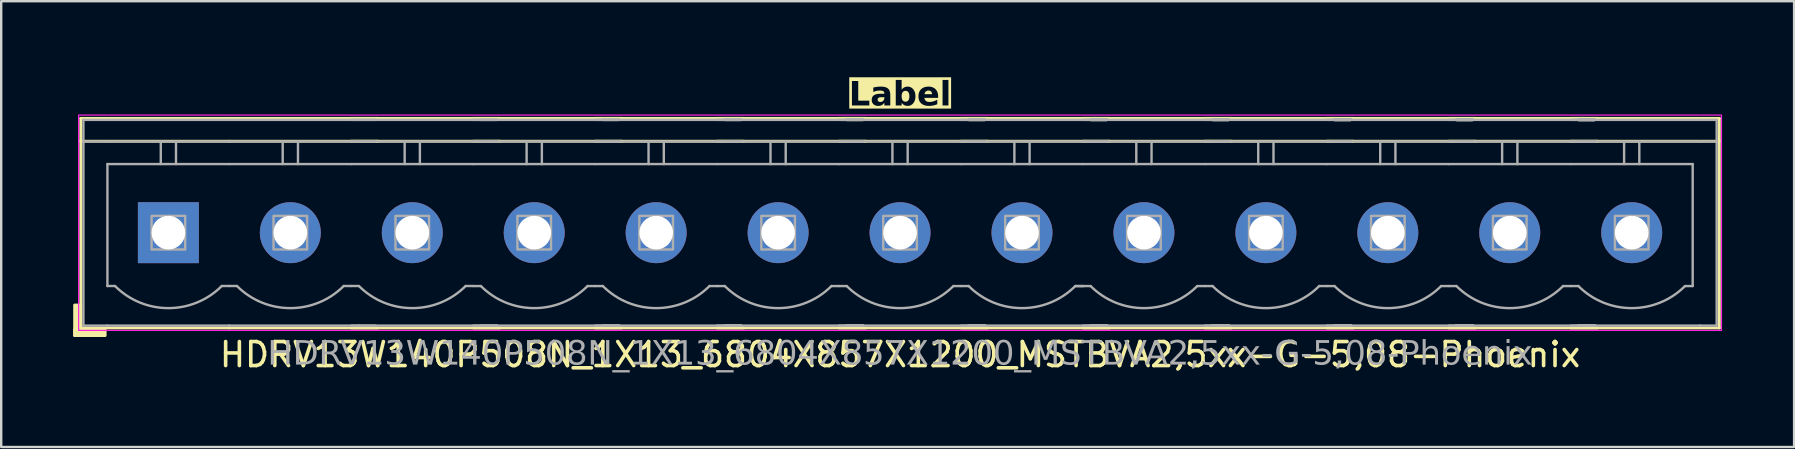
<source format=kicad_pcb>
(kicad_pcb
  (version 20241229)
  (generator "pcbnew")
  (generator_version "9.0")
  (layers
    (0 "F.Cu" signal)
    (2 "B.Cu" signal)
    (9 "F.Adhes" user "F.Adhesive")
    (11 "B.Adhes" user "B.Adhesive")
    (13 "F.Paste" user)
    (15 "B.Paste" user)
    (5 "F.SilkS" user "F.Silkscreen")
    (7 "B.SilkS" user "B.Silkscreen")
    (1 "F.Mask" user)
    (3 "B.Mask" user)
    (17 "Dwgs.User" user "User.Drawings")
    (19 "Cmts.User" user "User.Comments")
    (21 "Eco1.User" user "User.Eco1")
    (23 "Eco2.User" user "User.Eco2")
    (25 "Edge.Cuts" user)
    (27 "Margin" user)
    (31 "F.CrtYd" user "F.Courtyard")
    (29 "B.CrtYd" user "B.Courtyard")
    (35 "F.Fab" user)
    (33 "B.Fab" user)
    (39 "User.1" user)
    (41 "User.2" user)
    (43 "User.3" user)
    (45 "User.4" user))
  (footprint "HDRV13W140P508N_1X13_6804X857X1200_MSTBVA2,5xx-G-5,08-Phoenix"
    (layer "F.Cu")
    (at 34.445 6.643)
    (property "Reference" "HDRV13W140P508N_1X13_6804X857X1200_MSTBVA2,5xx-G-5,08-Phoenix" (at 0 5.08 0) (layer "F.SilkS") (effects (font (size 1 1) (thickness 0.15))))
    (property "Label" "Label" (at 0 -5.715 0) (layer "F.SilkS" knockout) (effects (font (face "Tahoma") (size 1 1) (thickness 0.2) (bold yes))))
    (attr through_hole)
    (fp_line (start -34.131 -4.763) (end -34.131 3.969) (stroke (width 0.12) (type solid)) (layer "F.SilkS"))
    (fp_line (start -34.131 -4.763) (end -27.94 -4.763) (stroke (width 0.12) (type solid)) (layer "F.SilkS"))
    (fp_line (start -34.131 -3.81) (end -27.94 -3.81) (stroke (width 0.12) (type solid)) (layer "F.SilkS"))
    (fp_line (start -34.131 3.969) (end -27.94 3.969) (stroke (width 0.12) (type solid)) (layer "F.SilkS"))
    (fp_line (start -21.749 -4.763) (end -27.94 -4.763) (stroke (width 0.12) (type solid)) (layer "F.SilkS"))
    (fp_line (start -21.749 -3.81) (end -27.94 -3.81) (stroke (width 0.12) (type solid)) (layer "F.SilkS"))
    (fp_line (start -21.749 3.969) (end -27.94 3.969) (stroke (width 0.12) (type solid)) (layer "F.SilkS"))
    (fp_line (start -16.669 -4.763) (end -22.86 -4.763) (stroke (width 0.12) (type solid)) (layer "F.SilkS"))
    (fp_line (start -16.669 -3.81) (end -22.86 -3.81) (stroke (width 0.12) (type solid)) (layer "F.SilkS"))
    (fp_line (start -16.669 3.969) (end -22.86 3.969) (stroke (width 0.12) (type solid)) (layer "F.SilkS"))
    (fp_line (start -11.589 -4.763) (end -17.78 -4.763) (stroke (width 0.12) (type solid)) (layer "F.SilkS"))
    (fp_line (start -11.589 -3.81) (end -17.78 -3.81) (stroke (width 0.12) (type solid)) (layer "F.SilkS"))
    (fp_line (start -11.589 3.969) (end -17.78 3.969) (stroke (width 0.12) (type solid)) (layer "F.SilkS"))
    (fp_line (start -6.509 -4.763) (end -12.7 -4.763) (stroke (width 0.12) (type solid)) (layer "F.SilkS"))
    (fp_line (start -6.509 -3.81) (end -12.7 -3.81) (stroke (width 0.12) (type solid)) (layer "F.SilkS"))
    (fp_line (start -6.509 3.969) (end -12.7 3.969) (stroke (width 0.12) (type solid)) (layer "F.SilkS"))
    (fp_line (start -1.429 -4.763) (end -7.62 -4.763) (stroke (width 0.12) (type solid)) (layer "F.SilkS"))
    (fp_line (start -1.429 -3.81) (end -7.62 -3.81) (stroke (width 0.12) (type solid)) (layer "F.SilkS"))
    (fp_line (start -1.429 3.969) (end -7.62 3.969) (stroke (width 0.12) (type solid)) (layer "F.SilkS"))
    (fp_line (start 3.651 -4.763) (end -2.54 -4.763) (stroke (width 0.12) (type solid)) (layer "F.SilkS"))
    (fp_line (start 3.651 -3.81) (end -2.54 -3.81) (stroke (width 0.12) (type solid)) (layer "F.SilkS"))
    (fp_line (start 3.651 3.969) (end -2.54 3.969) (stroke (width 0.12) (type solid)) (layer "F.SilkS"))
    (fp_line (start 8.731 -4.763) (end 2.54 -4.763) (stroke (width 0.12) (type solid)) (layer "F.SilkS"))
    (fp_line (start 8.731 -3.81) (end 2.54 -3.81) (stroke (width 0.12) (type solid)) (layer "F.SilkS"))
    (fp_line (start 8.731 3.969) (end 2.54 3.969) (stroke (width 0.12) (type solid)) (layer "F.SilkS"))
    (fp_line (start 13.811 -4.763) (end 7.62 -4.763) (stroke (width 0.12) (type solid)) (layer "F.SilkS"))
    (fp_line (start 13.811 -3.81) (end 7.62 -3.81) (stroke (width 0.12) (type solid)) (layer "F.SilkS"))
    (fp_line (start 13.811 3.969) (end 7.62 3.969) (stroke (width 0.12) (type solid)) (layer "F.SilkS"))
    (fp_line (start 18.891 -4.763) (end 12.7 -4.763) (stroke (width 0.12) (type solid)) (layer "F.SilkS"))
    (fp_line (start 18.891 -3.81) (end 12.7 -3.81) (stroke (width 0.12) (type solid)) (layer "F.SilkS"))
    (fp_line (start 18.891 3.969) (end 12.7 3.969) (stroke (width 0.12) (type solid)) (layer "F.SilkS"))
    (fp_line (start 23.971 -4.763) (end 17.78 -4.763) (stroke (width 0.12) (type solid)) (layer "F.SilkS"))
    (fp_line (start 23.971 -3.81) (end 17.78 -3.81) (stroke (width 0.12) (type solid)) (layer "F.SilkS"))
    (fp_line (start 23.971 3.969) (end 17.78 3.969) (stroke (width 0.12) (type solid)) (layer "F.SilkS"))
    (fp_line (start 29.051 -4.763) (end 22.86 -4.763) (stroke (width 0.12) (type solid)) (layer "F.SilkS"))
    (fp_line (start 29.051 -3.81) (end 22.86 -3.81) (stroke (width 0.12) (type solid)) (layer "F.SilkS"))
    (fp_line (start 29.051 3.969) (end 22.86 3.969) (stroke (width 0.12) (type solid)) (layer "F.SilkS"))
    (fp_line (start 34.131 -4.763) (end 27.94 -4.763) (stroke (width 0.12) (type solid)) (layer "F.SilkS"))
    (fp_line (start 34.131 -4.763) (end 34.131 3.969) (stroke (width 0.12) (type solid)) (layer "F.SilkS"))
    (fp_line (start 34.131 -3.81) (end 27.94 -3.81) (stroke (width 0.12) (type solid)) (layer "F.SilkS"))
    (fp_line (start 34.131 3.969) (end 27.94 3.969) (stroke (width 0.12) (type solid)) (layer "F.SilkS"))
    (fp_rect (start -34.131 3.016) (end -34.385 4.286) (stroke (width 0.12) (type solid)) (fill yes) (layer "F.SilkS"))
    (fp_rect (start -33.115 4.286) (end -34.385 4.032) (stroke (width 0.12) (type solid)) (fill yes) (layer "F.SilkS"))
    (fp_rect (start -34.22 -4.9) (end 34.22 4.07) (stroke (width 0.05) (type default)) (fill no) (layer "F.CrtYd"))
    (fp_line (start -34.02 -4.7) (end -34.02 3.87) (stroke (width 0.1) (type solid)) (layer "F.Fab"))
    (fp_line (start -34.02 -3.8) (end -33.02 -3.8) (stroke (width 0.1) (type solid)) (layer "F.Fab"))
    (fp_line (start -33.02 -4.7) (end -34.02 -4.7) (stroke (width 0.1) (type solid)) (layer "F.Fab"))
    (fp_line (start -33.02 -4.7) (end -27.94 -4.7) (stroke (width 0.1) (type solid)) (layer "F.Fab"))
    (fp_line (start -33.02 -2.858) (end -27.94 -2.858) (stroke (width 0.1) (type default)) (layer "F.Fab"))
    (fp_line (start -33.02 2.222) (end -33.02 -2.858) (stroke (width 0.1) (type default)) (layer "F.Fab"))
    (fp_line (start -33.02 3.87) (end -34.02 3.87) (stroke (width 0.1) (type solid)) (layer "F.Fab"))
    (fp_line (start -33.02 3.87) (end -27.94 3.87) (stroke (width 0.1) (type solid)) (layer "F.Fab"))
    (fp_line (start -32.703 2.222) (end -33.02 2.222) (stroke (width 0.1) (type default)) (layer "F.Fab"))
    (fp_line (start -30.797 -3.8) (end -30.797 -2.858) (stroke (width 0.1) (type default)) (layer "F.Fab"))
    (fp_line (start -30.163 -3.8) (end -30.163 -2.858) (stroke (width 0.1) (type default)) (layer "F.Fab"))
    (fp_line (start -27.94 -4.7) (end -22.543 -4.7) (stroke (width 0.1) (type solid)) (layer "F.Fab"))
    (fp_line (start -27.94 -3.8) (end -33.02 -3.8) (stroke (width 0.1) (type solid)) (layer "F.Fab"))
    (fp_line (start -27.94 -2.858) (end -22.86 -2.858) (stroke (width 0.1) (type default)) (layer "F.Fab"))
    (fp_line (start -27.94 2.222) (end -28.258 2.222) (stroke (width 0.1) (type default)) (layer "F.Fab"))
    (fp_line (start -27.94 3.87) (end -22.543 3.87) (stroke (width 0.1) (type solid)) (layer "F.Fab"))
    (fp_line (start -27.622 2.222) (end -27.94 2.222) (stroke (width 0.1) (type default)) (layer "F.Fab"))
    (fp_line (start -25.718 -3.8) (end -25.718 -2.858) (stroke (width 0.1) (type default)) (layer "F.Fab"))
    (fp_line (start -25.082 -3.8) (end -25.082 -2.858) (stroke (width 0.1) (type default)) (layer "F.Fab"))
    (fp_line (start -22.86 -4.7) (end -17.462 -4.7) (stroke (width 0.1) (type solid)) (layer "F.Fab"))
    (fp_line (start -22.86 -2.858) (end -17.78 -2.858) (stroke (width 0.1) (type default)) (layer "F.Fab"))
    (fp_line (start -22.86 2.222) (end -23.177 2.222) (stroke (width 0.1) (type default)) (layer "F.Fab"))
    (fp_line (start -22.86 3.87) (end -17.462 3.87) (stroke (width 0.1) (type solid)) (layer "F.Fab"))
    (fp_line (start -22.543 -4.7) (end -21.86 -4.7) (stroke (width 0.1) (type solid)) (layer "F.Fab"))
    (fp_line (start -22.543 -3.8) (end -27.94 -3.8) (stroke (width 0.1) (type solid)) (layer "F.Fab"))
    (fp_line (start -22.543 2.222) (end -22.86 2.222) (stroke (width 0.1) (type default)) (layer "F.Fab"))
    (fp_line (start -22.543 3.87) (end -21.86 3.87) (stroke (width 0.1) (type solid)) (layer "F.Fab"))
    (fp_line (start -21.86 -3.8) (end -22.543 -3.8) (stroke (width 0.1) (type solid)) (layer "F.Fab"))
    (fp_line (start -20.637 -3.8) (end -20.637 -2.858) (stroke (width 0.1) (type default)) (layer "F.Fab"))
    (fp_line (start -20.003 -3.8) (end -20.003 -2.858) (stroke (width 0.1) (type default)) (layer "F.Fab"))
    (fp_line (start -17.78 -4.7) (end -12.383 -4.7) (stroke (width 0.1) (type solid)) (layer "F.Fab"))
    (fp_line (start -17.78 -2.857) (end -12.7 -2.857) (stroke (width 0.1) (type default)) (layer "F.Fab"))
    (fp_line (start -17.78 2.222) (end -18.098 2.222) (stroke (width 0.1) (type default)) (layer "F.Fab"))
    (fp_line (start -17.78 3.87) (end -12.383 3.87) (stroke (width 0.1) (type solid)) (layer "F.Fab"))
    (fp_line (start -17.462 -4.7) (end -16.78 -4.7) (stroke (width 0.1) (type solid)) (layer "F.Fab"))
    (fp_line (start -17.462 -4.7) (end -16.78 -4.7) (stroke (width 0.1) (type solid)) (layer "F.Fab"))
    (fp_line (start -17.462 -3.8) (end -22.86 -3.8) (stroke (width 0.1) (type solid)) (layer "F.Fab"))
    (fp_line (start -17.462 2.223) (end -17.78 2.223) (stroke (width 0.1) (type default)) (layer "F.Fab"))
    (fp_line (start -17.462 3.87) (end -16.78 3.87) (stroke (width 0.1) (type solid)) (layer "F.Fab"))
    (fp_line (start -17.462 3.87) (end -16.78 3.87) (stroke (width 0.1) (type solid)) (layer "F.Fab"))
    (fp_line (start -16.78 -3.8) (end -17.462 -3.8) (stroke (width 0.1) (type solid)) (layer "F.Fab"))
    (fp_line (start -16.78 -3.8) (end -17.462 -3.8) (stroke (width 0.1) (type solid)) (layer "F.Fab"))
    (fp_line (start -15.557 -3.8) (end -15.557 -2.857) (stroke (width 0.1) (type default)) (layer "F.Fab"))
    (fp_line (start -14.922 -3.8) (end -14.922 -2.857) (stroke (width 0.1) (type default)) (layer "F.Fab"))
    (fp_line (start -12.7 -4.7) (end -7.303 -4.7) (stroke (width 0.1) (type solid)) (layer "F.Fab"))
    (fp_line (start -12.7 -2.857) (end -7.62 -2.857) (stroke (width 0.1) (type default)) (layer "F.Fab"))
    (fp_line (start -12.7 2.223) (end -13.018 2.223) (stroke (width 0.1) (type default)) (layer "F.Fab"))
    (fp_line (start -12.7 3.87) (end -7.303 3.87) (stroke (width 0.1) (type solid)) (layer "F.Fab"))
    (fp_line (start -12.383 -4.7) (end -11.7 -4.7) (stroke (width 0.1) (type solid)) (layer "F.Fab"))
    (fp_line (start -12.383 -4.7) (end -11.7 -4.7) (stroke (width 0.1) (type solid)) (layer "F.Fab"))
    (fp_line (start -12.383 -4.7) (end -11.7 -4.7) (stroke (width 0.1) (type solid)) (layer "F.Fab"))
    (fp_line (start -12.383 -3.8) (end -17.78 -3.8) (stroke (width 0.1) (type solid)) (layer "F.Fab"))
    (fp_line (start -12.383 2.223) (end -12.7 2.223) (stroke (width 0.1) (type default)) (layer "F.Fab"))
    (fp_line (start -12.383 3.87) (end -11.7 3.87) (stroke (width 0.1) (type solid)) (layer "F.Fab"))
    (fp_line (start -12.383 3.87) (end -11.7 3.87) (stroke (width 0.1) (type solid)) (layer "F.Fab"))
    (fp_line (start -12.383 3.87) (end -11.7 3.87) (stroke (width 0.1) (type solid)) (layer "F.Fab"))
    (fp_line (start -11.7 -3.8) (end -12.383 -3.8) (stroke (width 0.1) (type solid)) (layer "F.Fab"))
    (fp_line (start -11.7 -3.8) (end -12.383 -3.8) (stroke (width 0.1) (type solid)) (layer "F.Fab"))
    (fp_line (start -11.7 -3.8) (end -12.383 -3.8) (stroke (width 0.1) (type solid)) (layer "F.Fab"))
    (fp_line (start -10.477 -3.8) (end -10.477 -2.857) (stroke (width 0.1) (type default)) (layer "F.Fab"))
    (fp_line (start -9.842 -3.8) (end -9.842 -2.857) (stroke (width 0.1) (type default)) (layer "F.Fab"))
    (fp_line (start -7.62 -4.7) (end -2.223 -4.7) (stroke (width 0.1) (type solid)) (layer "F.Fab"))
    (fp_line (start -7.62 -2.857) (end -2.54 -2.857) (stroke (width 0.1) (type default)) (layer "F.Fab"))
    (fp_line (start -7.62 2.223) (end -7.938 2.223) (stroke (width 0.1) (type default)) (layer "F.Fab"))
    (fp_line (start -7.62 3.87) (end -2.223 3.87) (stroke (width 0.1) (type solid)) (layer "F.Fab"))
    (fp_line (start -7.303 -4.7) (end -6.62 -4.7) (stroke (width 0.1) (type solid)) (layer "F.Fab"))
    (fp_line (start -7.303 -4.7) (end -6.62 -4.7) (stroke (width 0.1) (type solid)) (layer "F.Fab"))
    (fp_line (start -7.303 -4.7) (end -6.62 -4.7) (stroke (width 0.1) (type solid)) (layer "F.Fab"))
    (fp_line (start -7.303 -4.7) (end -6.62 -4.7) (stroke (width 0.1) (type solid)) (layer "F.Fab"))
    (fp_line (start -7.303 -3.8) (end -12.7 -3.8) (stroke (width 0.1) (type solid)) (layer "F.Fab"))
    (fp_line (start -7.303 2.223) (end -7.62 2.223) (stroke (width 0.1) (type default)) (layer "F.Fab"))
    (fp_line (start -7.303 3.87) (end -6.62 3.87) (stroke (width 0.1) (type solid)) (layer "F.Fab"))
    (fp_line (start -7.303 3.87) (end -6.62 3.87) (stroke (width 0.1) (type solid)) (layer "F.Fab"))
    (fp_line (start -7.303 3.87) (end -6.62 3.87) (stroke (width 0.1) (type solid)) (layer "F.Fab"))
    (fp_line (start -7.303 3.87) (end -6.62 3.87) (stroke (width 0.1) (type solid)) (layer "F.Fab"))
    (fp_line (start -6.62 -3.8) (end -7.303 -3.8) (stroke (width 0.1) (type solid)) (layer "F.Fab"))
    (fp_line (start -6.62 -3.8) (end -7.303 -3.8) (stroke (width 0.1) (type solid)) (layer "F.Fab"))
    (fp_line (start -6.62 -3.8) (end -7.303 -3.8) (stroke (width 0.1) (type solid)) (layer "F.Fab"))
    (fp_line (start -6.62 -3.8) (end -7.303 -3.8) (stroke (width 0.1) (type solid)) (layer "F.Fab"))
    (fp_line (start -5.397 -3.8) (end -5.397 -2.857) (stroke (width 0.1) (type default)) (layer "F.Fab"))
    (fp_line (start -4.763 -3.8) (end -4.763 -2.857) (stroke (width 0.1) (type default)) (layer "F.Fab"))
    (fp_line (start -2.54 -4.7) (end 2.857 -4.7) (stroke (width 0.1) (type solid)) (layer "F.Fab"))
    (fp_line (start -2.54 -2.857) (end 2.54 -2.857) (stroke (width 0.1) (type default)) (layer "F.Fab"))
    (fp_line (start -2.54 2.223) (end -2.857 2.223) (stroke (width 0.1) (type default)) (layer "F.Fab"))
    (fp_line (start -2.54 3.87) (end 2.857 3.87) (stroke (width 0.1) (type solid)) (layer "F.Fab"))
    (fp_line (start -2.223 -4.7) (end -1.54 -4.7) (stroke (width 0.1) (type solid)) (layer "F.Fab"))
    (fp_line (start -2.223 -4.7) (end -1.54 -4.7) (stroke (width 0.1) (type solid)) (layer "F.Fab"))
    (fp_line (start -2.223 -4.7) (end -1.54 -4.7) (stroke (width 0.1) (type solid)) (layer "F.Fab"))
    (fp_line (start -2.223 -4.7) (end -1.54 -4.7) (stroke (width 0.1) (type solid)) (layer "F.Fab"))
    (fp_line (start -2.223 -4.7) (end -1.54 -4.7) (stroke (width 0.1) (type solid)) (layer "F.Fab"))
    (fp_line (start -2.223 -3.8) (end -7.62 -3.8) (stroke (width 0.1) (type solid)) (layer "F.Fab"))
    (fp_line (start -2.223 2.223) (end -2.54 2.223) (stroke (width 0.1) (type default)) (layer "F.Fab"))
    (fp_line (start -2.223 3.87) (end -1.54 3.87) (stroke (width 0.1) (type solid)) (layer "F.Fab"))
    (fp_line (start -2.223 3.87) (end -1.54 3.87) (stroke (width 0.1) (type solid)) (layer "F.Fab"))
    (fp_line (start -2.223 3.87) (end -1.54 3.87) (stroke (width 0.1) (type solid)) (layer "F.Fab"))
    (fp_line (start -2.223 3.87) (end -1.54 3.87) (stroke (width 0.1) (type solid)) (layer "F.Fab"))
    (fp_line (start -2.223 3.87) (end -1.54 3.87) (stroke (width 0.1) (type solid)) (layer "F.Fab"))
    (fp_line (start -1.54 -3.8) (end -2.223 -3.8) (stroke (width 0.1) (type solid)) (layer "F.Fab"))
    (fp_line (start -1.54 -3.8) (end -2.223 -3.8) (stroke (width 0.1) (type solid)) (layer "F.Fab"))
    (fp_line (start -1.54 -3.8) (end -2.223 -3.8) (stroke (width 0.1) (type solid)) (layer "F.Fab"))
    (fp_line (start -1.54 -3.8) (end -2.223 -3.8) (stroke (width 0.1) (type solid)) (layer "F.Fab"))
    (fp_line (start -1.54 -3.8) (end -2.223 -3.8) (stroke (width 0.1) (type solid)) (layer "F.Fab"))
    (fp_line (start -0.318 -3.8) (end -0.318 -2.857) (stroke (width 0.1) (type default)) (layer "F.Fab"))
    (fp_line (start 0.318 -3.8) (end 0.318 -2.857) (stroke (width 0.1) (type default)) (layer "F.Fab"))
    (fp_line (start 2.54 -4.7) (end 7.938 -4.7) (stroke (width 0.1) (type solid)) (layer "F.Fab"))
    (fp_line (start 2.54 -2.857) (end 7.62 -2.857) (stroke (width 0.1) (type default)) (layer "F.Fab"))
    (fp_line (start 2.54 2.223) (end 2.223 2.223) (stroke (width 0.1) (type default)) (layer "F.Fab"))
    (fp_line (start 2.54 3.87) (end 7.938 3.87) (stroke (width 0.1) (type solid)) (layer "F.Fab"))
    (fp_line (start 2.857 -4.7) (end 3.54 -4.7) (stroke (width 0.1) (type solid)) (layer "F.Fab"))
    (fp_line (start 2.857 -4.7) (end 3.54 -4.7) (stroke (width 0.1) (type solid)) (layer "F.Fab"))
    (fp_line (start 2.857 -4.7) (end 3.54 -4.7) (stroke (width 0.1) (type solid)) (layer "F.Fab"))
    (fp_line (start 2.857 -4.7) (end 3.54 -4.7) (stroke (width 0.1) (type solid)) (layer "F.Fab"))
    (fp_line (start 2.857 -4.7) (end 3.54 -4.7) (stroke (width 0.1) (type solid)) (layer "F.Fab"))
    (fp_line (start 2.857 -4.7) (end 3.54 -4.7) (stroke (width 0.1) (type solid)) (layer "F.Fab"))
    (fp_line (start 2.857 -3.8) (end -2.54 -3.8) (stroke (width 0.1) (type solid)) (layer "F.Fab"))
    (fp_line (start 2.857 2.223) (end 2.54 2.223) (stroke (width 0.1) (type default)) (layer "F.Fab"))
    (fp_line (start 2.857 3.87) (end 3.54 3.87) (stroke (width 0.1) (type solid)) (layer "F.Fab"))
    (fp_line (start 2.857 3.87) (end 3.54 3.87) (stroke (width 0.1) (type solid)) (layer "F.Fab"))
    (fp_line (start 2.857 3.87) (end 3.54 3.87) (stroke (width 0.1) (type solid)) (layer "F.Fab"))
    (fp_line (start 2.857 3.87) (end 3.54 3.87) (stroke (width 0.1) (type solid)) (layer "F.Fab"))
    (fp_line (start 2.857 3.87) (end 3.54 3.87) (stroke (width 0.1) (type solid)) (layer "F.Fab"))
    (fp_line (start 2.857 3.87) (end 3.54 3.87) (stroke (width 0.1) (type solid)) (layer "F.Fab"))
    (fp_line (start 3.54 -3.8) (end 2.857 -3.8) (stroke (width 0.1) (type solid)) (layer "F.Fab"))
    (fp_line (start 3.54 -3.8) (end 2.857 -3.8) (stroke (width 0.1) (type solid)) (layer "F.Fab"))
    (fp_line (start 3.54 -3.8) (end 2.857 -3.8) (stroke (width 0.1) (type solid)) (layer "F.Fab"))
    (fp_line (start 3.54 -3.8) (end 2.857 -3.8) (stroke (width 0.1) (type solid)) (layer "F.Fab"))
    (fp_line (start 3.54 -3.8) (end 2.857 -3.8) (stroke (width 0.1) (type solid)) (layer "F.Fab"))
    (fp_line (start 3.54 -3.8) (end 2.857 -3.8) (stroke (width 0.1) (type solid)) (layer "F.Fab"))
    (fp_line (start 4.763 -3.8) (end 4.763 -2.857) (stroke (width 0.1) (type default)) (layer "F.Fab"))
    (fp_line (start 5.397 -3.8) (end 5.397 -2.857) (stroke (width 0.1) (type default)) (layer "F.Fab"))
    (fp_line (start 7.62 -4.7) (end 13.018 -4.7) (stroke (width 0.1) (type solid)) (layer "F.Fab"))
    (fp_line (start 7.62 -2.857) (end 12.7 -2.857) (stroke (width 0.1) (type default)) (layer "F.Fab"))
    (fp_line (start 7.62 2.223) (end 7.303 2.223) (stroke (width 0.1) (type default)) (layer "F.Fab"))
    (fp_line (start 7.62 2.223) (end 7.303 2.223) (stroke (width 0.1) (type default)) (layer "F.Fab"))
    (fp_line (start 7.62 3.87) (end 13.018 3.87) (stroke (width 0.1) (type solid)) (layer "F.Fab"))
    (fp_line (start 7.938 -4.7) (end 8.62 -4.7) (stroke (width 0.1) (type solid)) (layer "F.Fab"))
    (fp_line (start 7.938 -4.7) (end 8.62 -4.7) (stroke (width 0.1) (type solid)) (layer "F.Fab"))
    (fp_line (start 7.938 -4.7) (end 8.62 -4.7) (stroke (width 0.1) (type solid)) (layer "F.Fab"))
    (fp_line (start 7.938 -4.7) (end 8.62 -4.7) (stroke (width 0.1) (type solid)) (layer "F.Fab"))
    (fp_line (start 7.938 -4.7) (end 8.62 -4.7) (stroke (width 0.1) (type solid)) (layer "F.Fab"))
    (fp_line (start 7.938 -4.7) (end 8.62 -4.7) (stroke (width 0.1) (type solid)) (layer "F.Fab"))
    (fp_line (start 7.938 -4.7) (end 8.62 -4.7) (stroke (width 0.1) (type solid)) (layer "F.Fab"))
    (fp_line (start 7.938 -3.8) (end 2.54 -3.8) (stroke (width 0.1) (type solid)) (layer "F.Fab"))
    (fp_line (start 7.938 2.223) (end 7.62 2.223) (stroke (width 0.1) (type default)) (layer "F.Fab"))
    (fp_line (start 7.938 3.87) (end 8.62 3.87) (stroke (width 0.1) (type solid)) (layer "F.Fab"))
    (fp_line (start 7.938 3.87) (end 8.62 3.87) (stroke (width 0.1) (type solid)) (layer "F.Fab"))
    (fp_line (start 7.938 3.87) (end 8.62 3.87) (stroke (width 0.1) (type solid)) (layer "F.Fab"))
    (fp_line (start 7.938 3.87) (end 8.62 3.87) (stroke (width 0.1) (type solid)) (layer "F.Fab"))
    (fp_line (start 7.938 3.87) (end 8.62 3.87) (stroke (width 0.1) (type solid)) (layer "F.Fab"))
    (fp_line (start 7.938 3.87) (end 8.62 3.87) (stroke (width 0.1) (type solid)) (layer "F.Fab"))
    (fp_line (start 7.938 3.87) (end 8.62 3.87) (stroke (width 0.1) (type solid)) (layer "F.Fab"))
    (fp_line (start 8.62 -3.8) (end 7.938 -3.8) (stroke (width 0.1) (type solid)) (layer "F.Fab"))
    (fp_line (start 8.62 -3.8) (end 7.938 -3.8) (stroke (width 0.1) (type solid)) (layer "F.Fab"))
    (fp_line (start 8.62 -3.8) (end 7.938 -3.8) (stroke (width 0.1) (type solid)) (layer "F.Fab"))
    (fp_line (start 8.62 -3.8) (end 7.938 -3.8) (stroke (width 0.1) (type solid)) (layer "F.Fab"))
    (fp_line (start 8.62 -3.8) (end 7.938 -3.8) (stroke (width 0.1) (type solid)) (layer "F.Fab"))
    (fp_line (start 8.62 -3.8) (end 7.938 -3.8) (stroke (width 0.1) (type solid)) (layer "F.Fab"))
    (fp_line (start 8.62 -3.8) (end 7.938 -3.8) (stroke (width 0.1) (type solid)) (layer "F.Fab"))
    (fp_line (start 9.842 -3.8) (end 9.842 -2.857) (stroke (width 0.1) (type default)) (layer "F.Fab"))
    (fp_line (start 10.477 -3.8) (end 10.477 -2.857) (stroke (width 0.1) (type default)) (layer "F.Fab"))
    (fp_line (start 12.7 -4.7) (end 18.098 -4.7) (stroke (width 0.1) (type solid)) (layer "F.Fab"))
    (fp_line (start 12.7 -2.857) (end 17.78 -2.857) (stroke (width 0.1) (type default)) (layer "F.Fab"))
    (fp_line (start 12.7 2.223) (end 12.383 2.223) (stroke (width 0.1) (type default)) (layer "F.Fab"))
    (fp_line (start 12.7 3.87) (end 18.098 3.87) (stroke (width 0.1) (type solid)) (layer "F.Fab"))
    (fp_line (start 13.018 -4.7) (end 13.7 -4.7) (stroke (width 0.1) (type solid)) (layer "F.Fab"))
    (fp_line (start 13.018 -4.7) (end 13.7 -4.7) (stroke (width 0.1) (type solid)) (layer "F.Fab"))
    (fp_line (start 13.018 -4.7) (end 13.7 -4.7) (stroke (width 0.1) (type solid)) (layer "F.Fab"))
    (fp_line (start 13.018 -4.7) (end 13.7 -4.7) (stroke (width 0.1) (type solid)) (layer "F.Fab"))
    (fp_line (start 13.018 -4.7) (end 13.7 -4.7) (stroke (width 0.1) (type solid)) (layer "F.Fab"))
    (fp_line (start 13.018 -4.7) (end 13.7 -4.7) (stroke (width 0.1) (type solid)) (layer "F.Fab"))
    (fp_line (start 13.018 -4.7) (end 13.7 -4.7) (stroke (width 0.1) (type solid)) (layer "F.Fab"))
    (fp_line (start 13.018 -4.7) (end 13.7 -4.7) (stroke (width 0.1) (type solid)) (layer "F.Fab"))
    (fp_line (start 13.018 -3.8) (end 7.62 -3.8) (stroke (width 0.1) (type solid)) (layer "F.Fab"))
    (fp_line (start 13.018 2.223) (end 12.7 2.223) (stroke (width 0.1) (type default)) (layer "F.Fab"))
    (fp_line (start 13.018 3.87) (end 13.7 3.87) (stroke (width 0.1) (type solid)) (layer "F.Fab"))
    (fp_line (start 13.018 3.87) (end 13.7 3.87) (stroke (width 0.1) (type solid)) (layer "F.Fab"))
    (fp_line (start 13.018 3.87) (end 13.7 3.87) (stroke (width 0.1) (type solid)) (layer "F.Fab"))
    (fp_line (start 13.018 3.87) (end 13.7 3.87) (stroke (width 0.1) (type solid)) (layer "F.Fab"))
    (fp_line (start 13.018 3.87) (end 13.7 3.87) (stroke (width 0.1) (type solid)) (layer "F.Fab"))
    (fp_line (start 13.018 3.87) (end 13.7 3.87) (stroke (width 0.1) (type solid)) (layer "F.Fab"))
    (fp_line (start 13.018 3.87) (end 13.7 3.87) (stroke (width 0.1) (type solid)) (layer "F.Fab"))
    (fp_line (start 13.018 3.87) (end 13.7 3.87) (stroke (width 0.1) (type solid)) (layer "F.Fab"))
    (fp_line (start 13.7 -3.8) (end 13.018 -3.8) (stroke (width 0.1) (type solid)) (layer "F.Fab"))
    (fp_line (start 13.7 -3.8) (end 13.018 -3.8) (stroke (width 0.1) (type solid)) (layer "F.Fab"))
    (fp_line (start 13.7 -3.8) (end 13.018 -3.8) (stroke (width 0.1) (type solid)) (layer "F.Fab"))
    (fp_line (start 13.7 -3.8) (end 13.018 -3.8) (stroke (width 0.1) (type solid)) (layer "F.Fab"))
    (fp_line (start 13.7 -3.8) (end 13.018 -3.8) (stroke (width 0.1) (type solid)) (layer "F.Fab"))
    (fp_line (start 13.7 -3.8) (end 13.018 -3.8) (stroke (width 0.1) (type solid)) (layer "F.Fab"))
    (fp_line (start 13.7 -3.8) (end 13.018 -3.8) (stroke (width 0.1) (type solid)) (layer "F.Fab"))
    (fp_line (start 13.7 -3.8) (end 13.018 -3.8) (stroke (width 0.1) (type solid)) (layer "F.Fab"))
    (fp_line (start 14.922 -3.8) (end 14.922 -2.857) (stroke (width 0.1) (type default)) (layer "F.Fab"))
    (fp_line (start 15.557 -3.8) (end 15.557 -2.857) (stroke (width 0.1) (type default)) (layer "F.Fab"))
    (fp_line (start 17.78 -4.7) (end 23.177 -4.7) (stroke (width 0.1) (type solid)) (layer "F.Fab"))
    (fp_line (start 17.78 -2.857) (end 22.86 -2.857) (stroke (width 0.1) (type default)) (layer "F.Fab"))
    (fp_line (start 17.78 2.223) (end 17.462 2.223) (stroke (width 0.1) (type default)) (layer "F.Fab"))
    (fp_line (start 17.78 3.87) (end 23.177 3.87) (stroke (width 0.1) (type solid)) (layer "F.Fab"))
    (fp_line (start 18.098 -4.7) (end 18.78 -4.7) (stroke (width 0.1) (type solid)) (layer "F.Fab"))
    (fp_line (start 18.098 -4.7) (end 18.78 -4.7) (stroke (width 0.1) (type solid)) (layer "F.Fab"))
    (fp_line (start 18.098 -4.7) (end 18.78 -4.7) (stroke (width 0.1) (type solid)) (layer "F.Fab"))
    (fp_line (start 18.098 -4.7) (end 18.78 -4.7) (stroke (width 0.1) (type solid)) (layer "F.Fab"))
    (fp_line (start 18.098 -4.7) (end 18.78 -4.7) (stroke (width 0.1) (type solid)) (layer "F.Fab"))
    (fp_line (start 18.098 -4.7) (end 18.78 -4.7) (stroke (width 0.1) (type solid)) (layer "F.Fab"))
    (fp_line (start 18.098 -4.7) (end 18.78 -4.7) (stroke (width 0.1) (type solid)) (layer "F.Fab"))
    (fp_line (start 18.098 -4.7) (end 18.78 -4.7) (stroke (width 0.1) (type solid)) (layer "F.Fab"))
    (fp_line (start 18.098 -4.7) (end 18.78 -4.7) (stroke (width 0.1) (type solid)) (layer "F.Fab"))
    (fp_line (start 18.098 -3.8) (end 12.7 -3.8) (stroke (width 0.1) (type solid)) (layer "F.Fab"))
    (fp_line (start 18.098 2.223) (end 17.78 2.223) (stroke (width 0.1) (type default)) (layer "F.Fab"))
    (fp_line (start 18.098 3.87) (end 18.78 3.87) (stroke (width 0.1) (type solid)) (layer "F.Fab"))
    (fp_line (start 18.098 3.87) (end 18.78 3.87) (stroke (width 0.1) (type solid)) (layer "F.Fab"))
    (fp_line (start 18.098 3.87) (end 18.78 3.87) (stroke (width 0.1) (type solid)) (layer "F.Fab"))
    (fp_line (start 18.098 3.87) (end 18.78 3.87) (stroke (width 0.1) (type solid)) (layer "F.Fab"))
    (fp_line (start 18.098 3.87) (end 18.78 3.87) (stroke (width 0.1) (type solid)) (layer "F.Fab"))
    (fp_line (start 18.098 3.87) (end 18.78 3.87) (stroke (width 0.1) (type solid)) (layer "F.Fab"))
    (fp_line (start 18.098 3.87) (end 18.78 3.87) (stroke (width 0.1) (type solid)) (layer "F.Fab"))
    (fp_line (start 18.098 3.87) (end 18.78 3.87) (stroke (width 0.1) (type solid)) (layer "F.Fab"))
    (fp_line (start 18.098 3.87) (end 18.78 3.87) (stroke (width 0.1) (type solid)) (layer "F.Fab"))
    (fp_line (start 18.78 -3.8) (end 18.098 -3.8) (stroke (width 0.1) (type solid)) (layer "F.Fab"))
    (fp_line (start 18.78 -3.8) (end 18.098 -3.8) (stroke (width 0.1) (type solid)) (layer "F.Fab"))
    (fp_line (start 18.78 -3.8) (end 18.098 -3.8) (stroke (width 0.1) (type solid)) (layer "F.Fab"))
    (fp_line (start 18.78 -3.8) (end 18.098 -3.8) (stroke (width 0.1) (type solid)) (layer "F.Fab"))
    (fp_line (start 18.78 -3.8) (end 18.098 -3.8) (stroke (width 0.1) (type solid)) (layer "F.Fab"))
    (fp_line (start 18.78 -3.8) (end 18.098 -3.8) (stroke (width 0.1) (type solid)) (layer "F.Fab"))
    (fp_line (start 18.78 -3.8) (end 18.098 -3.8) (stroke (width 0.1) (type solid)) (layer "F.Fab"))
    (fp_line (start 18.78 -3.8) (end 18.098 -3.8) (stroke (width 0.1) (type solid)) (layer "F.Fab"))
    (fp_line (start 18.78 -3.8) (end 18.098 -3.8) (stroke (width 0.1) (type solid)) (layer "F.Fab"))
    (fp_line (start 20.003 -3.8) (end 20.003 -2.857) (stroke (width 0.1) (type default)) (layer "F.Fab"))
    (fp_line (start 20.637 -3.8) (end 20.637 -2.857) (stroke (width 0.1) (type default)) (layer "F.Fab"))
    (fp_line (start 22.86 -4.7) (end 28.258 -4.7) (stroke (width 0.1) (type solid)) (layer "F.Fab"))
    (fp_line (start 22.86 -2.857) (end 27.94 -2.857) (stroke (width 0.1) (type default)) (layer "F.Fab"))
    (fp_line (start 22.86 2.223) (end 22.543 2.223) (stroke (width 0.1) (type default)) (layer "F.Fab"))
    (fp_line (start 22.86 3.87) (end 28.258 3.87) (stroke (width 0.1) (type solid)) (layer "F.Fab"))
    (fp_line (start 23.177 -4.7) (end 23.86 -4.7) (stroke (width 0.1) (type solid)) (layer "F.Fab"))
    (fp_line (start 23.177 -4.7) (end 23.86 -4.7) (stroke (width 0.1) (type solid)) (layer "F.Fab"))
    (fp_line (start 23.177 -4.7) (end 23.86 -4.7) (stroke (width 0.1) (type solid)) (layer "F.Fab"))
    (fp_line (start 23.177 -4.7) (end 23.86 -4.7) (stroke (width 0.1) (type solid)) (layer "F.Fab"))
    (fp_line (start 23.177 -4.7) (end 23.86 -4.7) (stroke (width 0.1) (type solid)) (layer "F.Fab"))
    (fp_line (start 23.177 -4.7) (end 23.86 -4.7) (stroke (width 0.1) (type solid)) (layer "F.Fab"))
    (fp_line (start 23.177 -4.7) (end 23.86 -4.7) (stroke (width 0.1) (type solid)) (layer "F.Fab"))
    (fp_line (start 23.177 -4.7) (end 23.86 -4.7) (stroke (width 0.1) (type solid)) (layer "F.Fab"))
    (fp_line (start 23.177 -4.7) (end 23.86 -4.7) (stroke (width 0.1) (type solid)) (layer "F.Fab"))
    (fp_line (start 23.177 -4.7) (end 23.86 -4.7) (stroke (width 0.1) (type solid)) (layer "F.Fab"))
    (fp_line (start 23.177 -3.8) (end 17.78 -3.8) (stroke (width 0.1) (type solid)) (layer "F.Fab"))
    (fp_line (start 23.177 2.223) (end 22.86 2.223) (stroke (width 0.1) (type default)) (layer "F.Fab"))
    (fp_line (start 23.177 3.87) (end 23.86 3.87) (stroke (width 0.1) (type solid)) (layer "F.Fab"))
    (fp_line (start 23.177 3.87) (end 23.86 3.87) (stroke (width 0.1) (type solid)) (layer "F.Fab"))
    (fp_line (start 23.177 3.87) (end 23.86 3.87) (stroke (width 0.1) (type solid)) (layer "F.Fab"))
    (fp_line (start 23.177 3.87) (end 23.86 3.87) (stroke (width 0.1) (type solid)) (layer "F.Fab"))
    (fp_line (start 23.177 3.87) (end 23.86 3.87) (stroke (width 0.1) (type solid)) (layer "F.Fab"))
    (fp_line (start 23.177 3.87) (end 23.86 3.87) (stroke (width 0.1) (type solid)) (layer "F.Fab"))
    (fp_line (start 23.177 3.87) (end 23.86 3.87) (stroke (width 0.1) (type solid)) (layer "F.Fab"))
    (fp_line (start 23.177 3.87) (end 23.86 3.87) (stroke (width 0.1) (type solid)) (layer "F.Fab"))
    (fp_line (start 23.177 3.87) (end 23.86 3.87) (stroke (width 0.1) (type solid)) (layer "F.Fab"))
    (fp_line (start 23.177 3.87) (end 23.86 3.87) (stroke (width 0.1) (type solid)) (layer "F.Fab"))
    (fp_line (start 23.86 -3.8) (end 23.177 -3.8) (stroke (width 0.1) (type solid)) (layer "F.Fab"))
    (fp_line (start 23.86 -3.8) (end 23.177 -3.8) (stroke (width 0.1) (type solid)) (layer "F.Fab"))
    (fp_line (start 23.86 -3.8) (end 23.177 -3.8) (stroke (width 0.1) (type solid)) (layer "F.Fab"))
    (fp_line (start 23.86 -3.8) (end 23.177 -3.8) (stroke (width 0.1) (type solid)) (layer "F.Fab"))
    (fp_line (start 23.86 -3.8) (end 23.177 -3.8) (stroke (width 0.1) (type solid)) (layer "F.Fab"))
    (fp_line (start 23.86 -3.8) (end 23.177 -3.8) (stroke (width 0.1) (type solid)) (layer "F.Fab"))
    (fp_line (start 23.86 -3.8) (end 23.177 -3.8) (stroke (width 0.1) (type solid)) (layer "F.Fab"))
    (fp_line (start 23.86 -3.8) (end 23.177 -3.8) (stroke (width 0.1) (type solid)) (layer "F.Fab"))
    (fp_line (start 23.86 -3.8) (end 23.177 -3.8) (stroke (width 0.1) (type solid)) (layer "F.Fab"))
    (fp_line (start 23.86 -3.8) (end 23.177 -3.8) (stroke (width 0.1) (type solid)) (layer "F.Fab"))
    (fp_line (start 25.082 -3.8) (end 25.082 -2.857) (stroke (width 0.1) (type default)) (layer "F.Fab"))
    (fp_line (start 25.718 -3.8) (end 25.718 -2.857) (stroke (width 0.1) (type default)) (layer "F.Fab"))
    (fp_line (start 27.94 -4.7) (end 33.337 -4.7) (stroke (width 0.1) (type solid)) (layer "F.Fab"))
    (fp_line (start 27.94 -2.857) (end 33.02 -2.857) (stroke (width 0.1) (type default)) (layer "F.Fab"))
    (fp_line (start 27.94 2.223) (end 27.622 2.223) (stroke (width 0.1) (type default)) (layer "F.Fab"))
    (fp_line (start 27.94 3.87) (end 33.337 3.87) (stroke (width 0.1) (type solid)) (layer "F.Fab"))
    (fp_line (start 28.258 -4.7) (end 28.94 -4.7) (stroke (width 0.1) (type solid)) (layer "F.Fab"))
    (fp_line (start 28.258 -4.7) (end 28.94 -4.7) (stroke (width 0.1) (type solid)) (layer "F.Fab"))
    (fp_line (start 28.258 -4.7) (end 28.94 -4.7) (stroke (width 0.1) (type solid)) (layer "F.Fab"))
    (fp_line (start 28.258 -4.7) (end 28.94 -4.7) (stroke (width 0.1) (type solid)) (layer "F.Fab"))
    (fp_line (start 28.258 -4.7) (end 28.94 -4.7) (stroke (width 0.1) (type solid)) (layer "F.Fab"))
    (fp_line (start 28.258 -4.7) (end 28.94 -4.7) (stroke (width 0.1) (type solid)) (layer "F.Fab"))
    (fp_line (start 28.258 -4.7) (end 28.94 -4.7) (stroke (width 0.1) (type solid)) (layer "F.Fab"))
    (fp_line (start 28.258 -4.7) (end 28.94 -4.7) (stroke (width 0.1) (type solid)) (layer "F.Fab"))
    (fp_line (start 28.258 -4.7) (end 28.94 -4.7) (stroke (width 0.1) (type solid)) (layer "F.Fab"))
    (fp_line (start 28.258 -4.7) (end 28.94 -4.7) (stroke (width 0.1) (type solid)) (layer "F.Fab"))
    (fp_line (start 28.258 -4.7) (end 28.94 -4.7) (stroke (width 0.1) (type solid)) (layer "F.Fab"))
    (fp_line (start 28.258 -3.8) (end 22.86 -3.8) (stroke (width 0.1) (type solid)) (layer "F.Fab"))
    (fp_line (start 28.258 2.223) (end 27.94 2.223) (stroke (width 0.1) (type default)) (layer "F.Fab"))
    (fp_line (start 28.258 3.87) (end 28.94 3.87) (stroke (width 0.1) (type solid)) (layer "F.Fab"))
    (fp_line (start 28.258 3.87) (end 28.94 3.87) (stroke (width 0.1) (type solid)) (layer "F.Fab"))
    (fp_line (start 28.258 3.87) (end 28.94 3.87) (stroke (width 0.1) (type solid)) (layer "F.Fab"))
    (fp_line (start 28.258 3.87) (end 28.94 3.87) (stroke (width 0.1) (type solid)) (layer "F.Fab"))
    (fp_line (start 28.258 3.87) (end 28.94 3.87) (stroke (width 0.1) (type solid)) (layer "F.Fab"))
    (fp_line (start 28.258 3.87) (end 28.94 3.87) (stroke (width 0.1) (type solid)) (layer "F.Fab"))
    (fp_line (start 28.258 3.87) (end 28.94 3.87) (stroke (width 0.1) (type solid)) (layer "F.Fab"))
    (fp_line (start 28.258 3.87) (end 28.94 3.87) (stroke (width 0.1) (type solid)) (layer "F.Fab"))
    (fp_line (start 28.258 3.87) (end 28.94 3.87) (stroke (width 0.1) (type solid)) (layer "F.Fab"))
    (fp_line (start 28.258 3.87) (end 28.94 3.87) (stroke (width 0.1) (type solid)) (layer "F.Fab"))
    (fp_line (start 28.258 3.87) (end 28.94 3.87) (stroke (width 0.1) (type solid)) (layer "F.Fab"))
    (fp_line (start 28.94 -3.8) (end 28.258 -3.8) (stroke (width 0.1) (type solid)) (layer "F.Fab"))
    (fp_line (start 28.94 -3.8) (end 28.258 -3.8) (stroke (width 0.1) (type solid)) (layer "F.Fab"))
    (fp_line (start 28.94 -3.8) (end 28.258 -3.8) (stroke (width 0.1) (type solid)) (layer "F.Fab"))
    (fp_line (start 28.94 -3.8) (end 28.258 -3.8) (stroke (width 0.1) (type solid)) (layer "F.Fab"))
    (fp_line (start 28.94 -3.8) (end 28.258 -3.8) (stroke (width 0.1) (type solid)) (layer "F.Fab"))
    (fp_line (start 28.94 -3.8) (end 28.258 -3.8) (stroke (width 0.1) (type solid)) (layer "F.Fab"))
    (fp_line (start 28.94 -3.8) (end 28.258 -3.8) (stroke (width 0.1) (type solid)) (layer "F.Fab"))
    (fp_line (start 28.94 -3.8) (end 28.258 -3.8) (stroke (width 0.1) (type solid)) (layer "F.Fab"))
    (fp_line (start 28.94 -3.8) (end 28.258 -3.8) (stroke (width 0.1) (type solid)) (layer "F.Fab"))
    (fp_line (start 28.94 -3.8) (end 28.258 -3.8) (stroke (width 0.1) (type solid)) (layer "F.Fab"))
    (fp_line (start 28.94 -3.8) (end 28.258 -3.8) (stroke (width 0.1) (type solid)) (layer "F.Fab"))
    (fp_line (start 30.163 -3.8) (end 30.163 -2.857) (stroke (width 0.1) (type default)) (layer "F.Fab"))
    (fp_line (start 30.797 -3.8) (end 30.797 -2.857) (stroke (width 0.1) (type default)) (layer "F.Fab"))
    (fp_line (start 33.02 2.223) (end 32.703 2.223) (stroke (width 0.1) (type default)) (layer "F.Fab"))
    (fp_line (start 33.02 2.223) (end 33.02 -2.857) (stroke (width 0.1) (type default)) (layer "F.Fab"))
    (fp_line (start 33.337 -4.7) (end 34.02 -4.7) (stroke (width 0.1) (type solid)) (layer "F.Fab"))
    (fp_line (start 33.337 -3.8) (end 27.94 -3.8) (stroke (width 0.1) (type solid)) (layer "F.Fab"))
    (fp_line (start 33.337 3.87) (end 34.02 3.87) (stroke (width 0.1) (type solid)) (layer "F.Fab"))
    (fp_line (start 34.02 -4.7) (end 34.02 3.87) (stroke (width 0.1) (type solid)) (layer "F.Fab"))
    (fp_line (start 34.02 -3.8) (end 33.337 -3.8) (stroke (width 0.1) (type solid)) (layer "F.Fab"))
    (fp_rect (start -29.78 -0.7) (end -31.18 0.7) (stroke (width 0.1) (type solid)) (fill no) (layer "F.Fab"))
    (fp_rect (start -24.7 -0.7) (end -26.1 0.7) (stroke (width 0.1) (type solid)) (fill no) (layer "F.Fab"))
    (fp_rect (start -19.62 -0.7) (end -21.02 0.7) (stroke (width 0.1) (type solid)) (fill no) (layer "F.Fab"))
    (fp_rect (start -14.54 -0.7) (end -15.94 0.7) (stroke (width 0.1) (type solid)) (fill no) (layer "F.Fab"))
    (fp_rect (start -9.46 -0.7) (end -10.86 0.7) (stroke (width 0.1) (type solid)) (fill no) (layer "F.Fab"))
    (fp_rect (start -4.38 -0.7) (end -5.78 0.7) (stroke (width 0.1) (type solid)) (fill no) (layer "F.Fab"))
    (fp_rect (start 0.7 -0.7) (end -0.7 0.7) (stroke (width 0.1) (type solid)) (fill no) (layer "F.Fab"))
    (fp_rect (start 5.78 -0.7) (end 4.38 0.7) (stroke (width 0.1) (type solid)) (fill no) (layer "F.Fab"))
    (fp_rect (start 10.86 -0.7) (end 9.46 0.7) (stroke (width 0.1) (type solid)) (fill no) (layer "F.Fab"))
    (fp_rect (start 15.94 -0.7) (end 14.54 0.7) (stroke (width 0.1) (type solid)) (fill no) (layer "F.Fab"))
    (fp_rect (start 21.02 -0.7) (end 19.62 0.7) (stroke (width 0.1) (type solid)) (fill no) (layer "F.Fab"))
    (fp_rect (start 26.1 -0.7) (end 24.7 0.7) (stroke (width 0.1) (type solid)) (fill no) (layer "F.Fab"))
    (fp_rect (start 31.18 -0.7) (end 29.78 0.7) (stroke (width 0.1) (type solid)) (fill no) (layer "F.Fab"))
    (fp_arc (start -28.2575 2.222492) (mid -30.48 3.143084) (end -32.7025 2.222492) (stroke (width 0.1) (type default)) (layer "F.Fab"))
    (fp_arc (start -23.1775 2.222492) (mid -25.4 3.143084) (end -27.6225 2.222492) (stroke (width 0.1) (type default)) (layer "F.Fab"))
    (fp_arc (start -18.0975 2.222484) (mid -20.32 3.143076) (end -22.5425 2.222484) (stroke (width 0.1) (type default)) (layer "F.Fab"))
    (fp_arc (start -13.0175 2.2225) (mid -15.24 3.143092) (end -17.4625 2.2225) (stroke (width 0.1) (type default)) (layer "F.Fab"))
    (fp_arc (start -7.9375 2.2225) (mid -10.16 3.143092) (end -12.3825 2.2225) (stroke (width 0.1) (type default)) (layer "F.Fab"))
    (fp_arc (start -2.8575 2.2225) (mid -5.08 3.143092) (end -7.3025 2.2225) (stroke (width 0.1) (type default)) (layer "F.Fab"))
    (fp_arc (start 2.2225 2.2225) (mid 0 3.143092) (end -2.2225 2.2225) (stroke (width 0.1) (type default)) (layer "F.Fab"))
    (fp_arc (start 7.3025 2.2225) (mid 5.08 3.143092) (end 2.8575 2.2225) (stroke (width 0.1) (type default)) (layer "F.Fab"))
    (fp_arc (start 12.3825 2.2225) (mid 10.16 3.143092) (end 7.9375 2.2225) (stroke (width 0.1) (type default)) (layer "F.Fab"))
    (fp_arc (start 17.4625 2.2225) (mid 15.24 3.143092) (end 13.0175 2.2225) (stroke (width 0.1) (type default)) (layer "F.Fab"))
    (fp_arc (start 22.5425 2.2225) (mid 20.32 3.143092) (end 18.0975 2.2225) (stroke (width 0.1) (type default)) (layer "F.Fab"))
    (fp_arc (start 27.6225 2.2225) (mid 25.4 3.143092) (end 23.1775 2.2225) (stroke (width 0.1) (type default)) (layer "F.Fab"))
    (fp_arc (start 32.7025 2.2225) (mid 30.48 3.143092) (end 28.2575 2.2225) (stroke (width 0.1) (type default)) (layer "F.Fab"))
    (fp_text user "${REFERENCE}" (at 0 5.08 0) (layer "F.Fab") (effects (font (face "Tahoma") (size 1 1) (thickness 0.15))))
    (pad "1" thru_hole rect (at -30.48 -0.000008) (size 2.54 2.54) (drill 1.4) (layers "*.Cu" "*.Mask"))
    (pad "2" thru_hole circle (at -25.4 -0.000008) (size 2.54 2.54) (drill 1.4) (layers "*.Cu" "*.Mask"))
    (pad "3" thru_hole circle (at -20.32 -0.000016) (size 2.54 2.54) (drill 1.4) (layers "*.Cu" "*.Mask"))
    (pad "4" thru_hole circle (at -15.24 0) (size 2.54 2.54) (drill 1.4) (layers "*.Cu" "*.Mask"))
    (pad "5" thru_hole circle (at -10.16 0) (size 2.54 2.54) (drill 1.4) (layers "*.Cu" "*.Mask"))
    (pad "6" thru_hole circle (at -5.08 0) (size 2.54 2.54) (drill 1.4) (layers "*.Cu" "*.Mask"))
    (pad "7" thru_hole circle (at 0 0) (size 2.54 2.54) (drill 1.4) (layers "*.Cu" "*.Mask"))
    (pad "8" thru_hole circle (at 5.08 0) (size 2.54 2.54) (drill 1.4) (layers "*.Cu" "*.Mask"))
    (pad "9" thru_hole circle (at 10.16 0) (size 2.54 2.54) (drill 1.4) (layers "*.Cu" "*.Mask"))
    (pad "10" thru_hole circle (at 15.24 0) (size 2.54 2.54) (drill 1.4) (layers "*.Cu" "*.Mask"))
    (pad "11" thru_hole circle (at 20.32 0) (size 2.54 2.54) (drill 1.4) (layers "*.Cu" "*.Mask"))
    (pad "12" thru_hole circle (at 25.4 0) (size 2.54 2.54) (drill 1.4) (layers "*.Cu" "*.Mask"))
    (pad "13" thru_hole circle (at 30.48 0) (size 2.54 2.54) (drill 1.4) (layers "*.Cu" "*.Mask")))
  (gr_rect
    (start -3 -3)
    (end 71.69 15.571)
    (stroke (width 0.1) (type default))
    (fill no)
    (layer "Edge.Cuts")))
</source>
